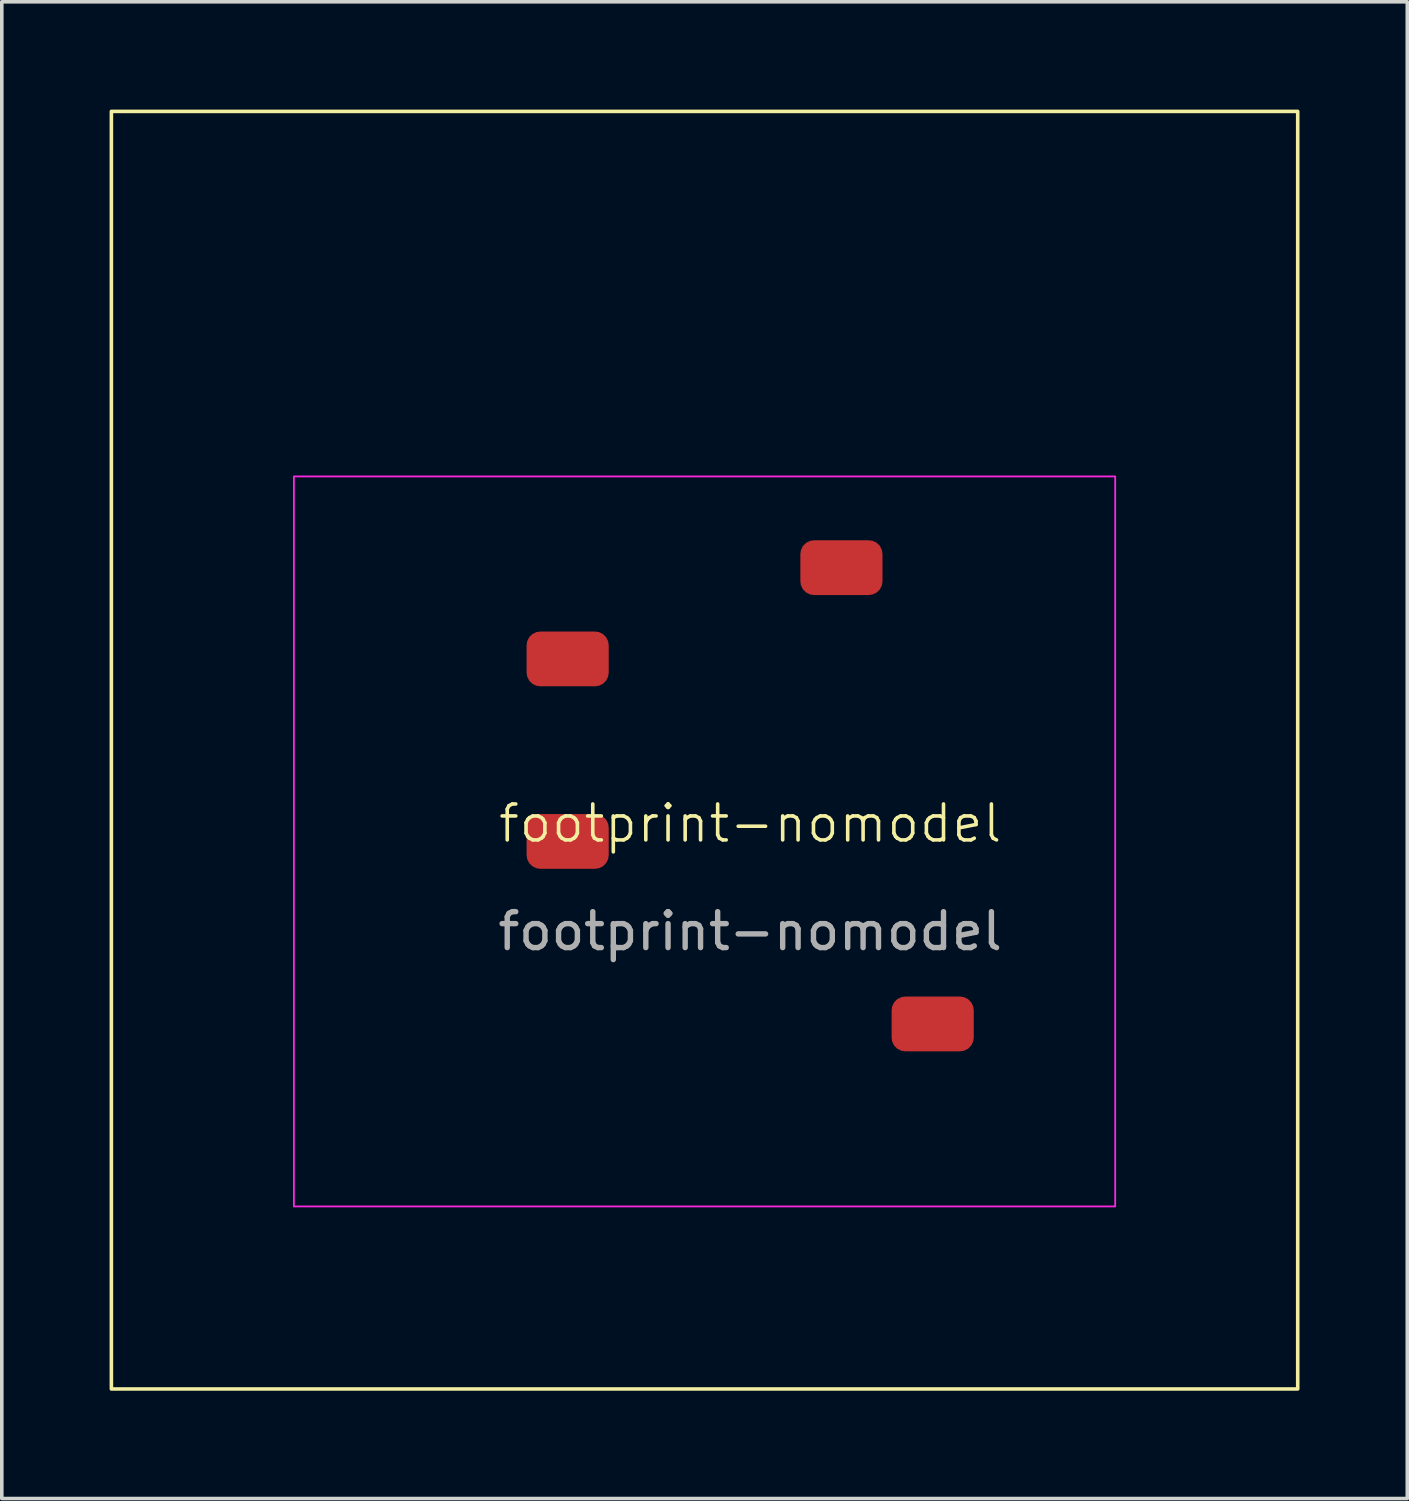
<source format=kicad_pcb>
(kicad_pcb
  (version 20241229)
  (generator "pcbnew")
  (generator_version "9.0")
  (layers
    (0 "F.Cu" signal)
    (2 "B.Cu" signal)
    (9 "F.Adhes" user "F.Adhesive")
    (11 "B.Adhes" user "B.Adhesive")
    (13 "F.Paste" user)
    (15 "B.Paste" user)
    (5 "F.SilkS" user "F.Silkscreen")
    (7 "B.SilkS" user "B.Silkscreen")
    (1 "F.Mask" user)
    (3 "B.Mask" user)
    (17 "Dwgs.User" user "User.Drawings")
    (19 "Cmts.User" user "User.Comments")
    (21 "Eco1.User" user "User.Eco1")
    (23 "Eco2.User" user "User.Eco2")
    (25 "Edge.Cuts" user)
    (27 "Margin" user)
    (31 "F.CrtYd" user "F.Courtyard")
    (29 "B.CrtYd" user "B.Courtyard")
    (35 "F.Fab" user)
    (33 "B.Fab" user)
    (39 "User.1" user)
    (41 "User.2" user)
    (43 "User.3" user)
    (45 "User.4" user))
  (footprint "footprint-nomodel"
    (layer "F.Cu")
    (at 17.83 20.37)
    (property "Reference" "footprint-nomodel" (at 0 -0.5 0) (unlocked yes) (layer "F.SilkS") (effects (font (size 1 1) (thickness 0.1))))
    (attr smd)
    (fp_rect (start -17.78 -20.32) (end 15.24 15.24) (stroke (width 0.1) (type default)) (fill no) (layer "F.SilkS"))
    (fp_rect (start -12.7 -10.16) (end 10.16 10.16) (stroke (width 0.05) (type default)) (fill no) (layer "F.CrtYd"))
    (fp_text user "${REFERENCE}" (at 0 2.5 0) (unlocked yes) (layer "F.Fab") (effects (font (size 1 1) (thickness 0.15))))
    (pad "1" smd roundrect (at -5.08 -5.08) (size 2.286 1.524) (layers "F.Cu" "F.Mask" "F.Paste") (roundrect_rratio 0.25))
    (pad "2" smd roundrect (at -5.08 0) (size 2.286 1.524) (layers "F.Cu" "F.Mask" "F.Paste") (roundrect_rratio 0.25))
    (pad "3" smd roundrect (at 2.54 -7.62) (size 2.286 1.524) (layers "F.Cu" "F.Mask" "F.Paste") (roundrect_rratio 0.25))
    (pad "4" smd roundrect (at 5.08 5.08) (size 2.286 1.524) (layers "F.Cu" "F.Mask" "F.Paste") (roundrect_rratio 0.25)))
  (gr_rect
    (start -3 -3)
    (end 36.12 38.66)
    (stroke (width 0.1) (type default))
    (fill no)
    (layer "Edge.Cuts")))
</source>
